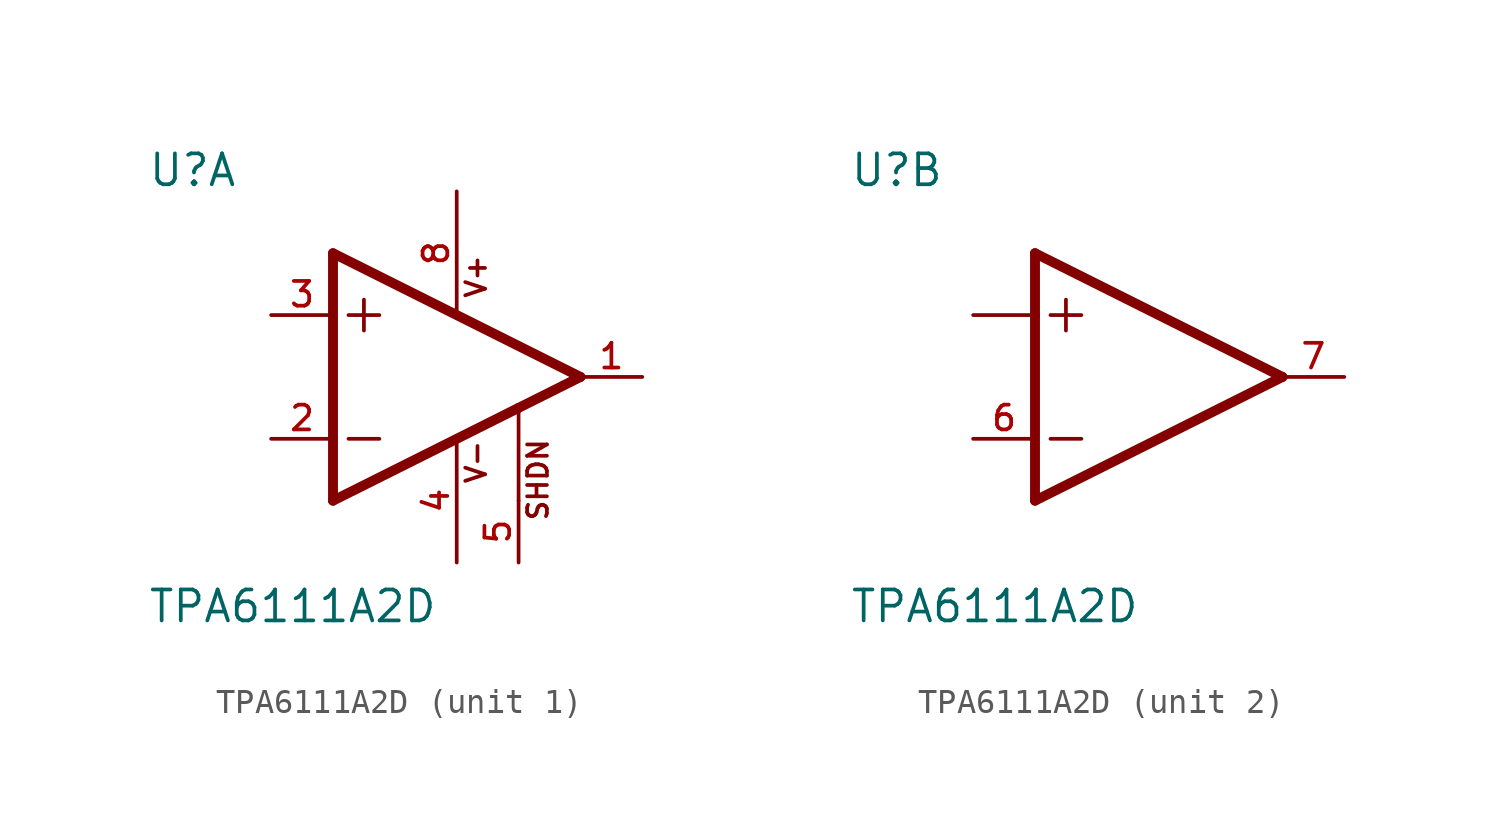
<source format=kicad_sym>
(kicad_symbol_lib
  (version 20211014)
  (generator kicad_symbol_editor)
  (symbol "TPA6111A2D"
    (pin_names
      (offset 1.016))
    (property "Reference" "U"
      (at -12.7 7.747 0)
      (effects (font (size 1.27 1.27)) (justify bottom left)))
    (property "Value" "TPA6111A2D"
      (at -12.7 -10.16 0)
      (effects (font (size 1.27 1.27)) (justify bottom left)))
    (symbol "TPA6111A2D_1_0"
      (polyline (pts (xy -5.08 5.08) (xy -5.08 -5.08)) (stroke (width 0.406)))
      (polyline (pts (xy -5.08 -5.08) (xy 2.54 -1.27)) (stroke (width 0.406)))
      (polyline (pts (xy 2.54 -1.27) (xy 5.08 0.0)) (stroke (width 0.406)))
      (polyline (pts (xy 5.08 0.0) (xy -5.08 5.08)) (stroke (width 0.406)))
      (polyline (pts (xy -3.81 3.175) (xy -3.81 1.905)) (stroke (width 0.152)))
      (polyline (pts (xy -4.445 2.54) (xy -3.175 2.54)) (stroke (width 0.152)))
      (polyline (pts (xy -4.445 -2.54) (xy -3.175 -2.54)) (stroke (width 0.152)))
      (text "V+" (at 1.27 3.175 900) (effects (font (size 0.813 0.813)) (justify bottom left)))
      (text "V-" (at 1.27 -4.445 900) (effects (font (size 0.813 0.813)) (justify bottom left)))
      (text "SHDN" (at 3.81 -5.969 900) (effects (font (size 0.813 0.813)) (justify bottom left)))
      (polyline (pts (xy 2.54 -5.08) (xy 2.54 -1.27)) (stroke (width 0.152)))
      (pin input line (at -7.62 -2.54 0) (length 2.54) (name "~" (effects (font (size 1.016 1.016)))) (number "2" (effects (font (size 1.016 1.016)))))
      (pin input line (at -7.62 2.54 0) (length 2.54) (name "~" (effects (font (size 1.016 1.016)))) (number "3" (effects (font (size 1.016 1.016)))))
      (pin output line (at 7.62 0.0 180.0) (length 2.54) (name "~" (effects (font (size 1.016 1.016)))) (number "1" (effects (font (size 1.016 1.016)))))
      (pin power_in line (at 0.0 7.62 270.0) (length 5.08) (name "~" (effects (font (size 1.016 1.016)))) (number "8" (effects (font (size 1.016 1.016)))))
      (pin power_in line (at 0.0 -7.62 90.0) (length 5.08) (name "~" (effects (font (size 1.016 1.016)))) (number "4" (effects (font (size 1.016 1.016)))))
      (pin input line (at 2.54 -7.62 90.0) (length 2.54) (name "~" (effects (font (size 1.016 1.016)))) (number "5" (effects (font (size 1.016 1.016))))))
    (symbol "TPA6111A2D_2_0"
      (polyline (pts (xy -5.08 5.08) (xy -5.08 2.54)) (stroke (width 0.406)))
      (polyline (pts (xy -5.08 2.54) (xy -5.08 -5.08)) (stroke (width 0.406)))
      (polyline (pts (xy -5.08 -5.08) (xy 5.08 0.0)) (stroke (width 0.406)))
      (polyline (pts (xy 5.08 0.0) (xy -5.08 5.08)) (stroke (width 0.406)))
      (polyline (pts (xy -3.81 3.175) (xy -3.81 1.905)) (stroke (width 0.152)))
      (polyline (pts (xy -4.445 2.54) (xy -3.175 2.54)) (stroke (width 0.152)))
      (polyline (pts (xy -4.445 -2.54) (xy -3.175 -2.54)) (stroke (width 0.152)))
      (polyline (pts (xy -5.08 2.54) (xy -7.62 2.54)) (stroke (width 0.152)))
      (pin input line (at -7.62 -2.54 0) (length 2.54) (name "~" (effects (font (size 1.016 1.016)))) (number "6" (effects (font (size 1.016 1.016)))))
      (pin output line (at 7.62 0.0 180.0) (length 2.54) (name "~" (effects (font (size 1.016 1.016)))) (number "7" (effects (font (size 1.016 1.016))))))))
</source>
